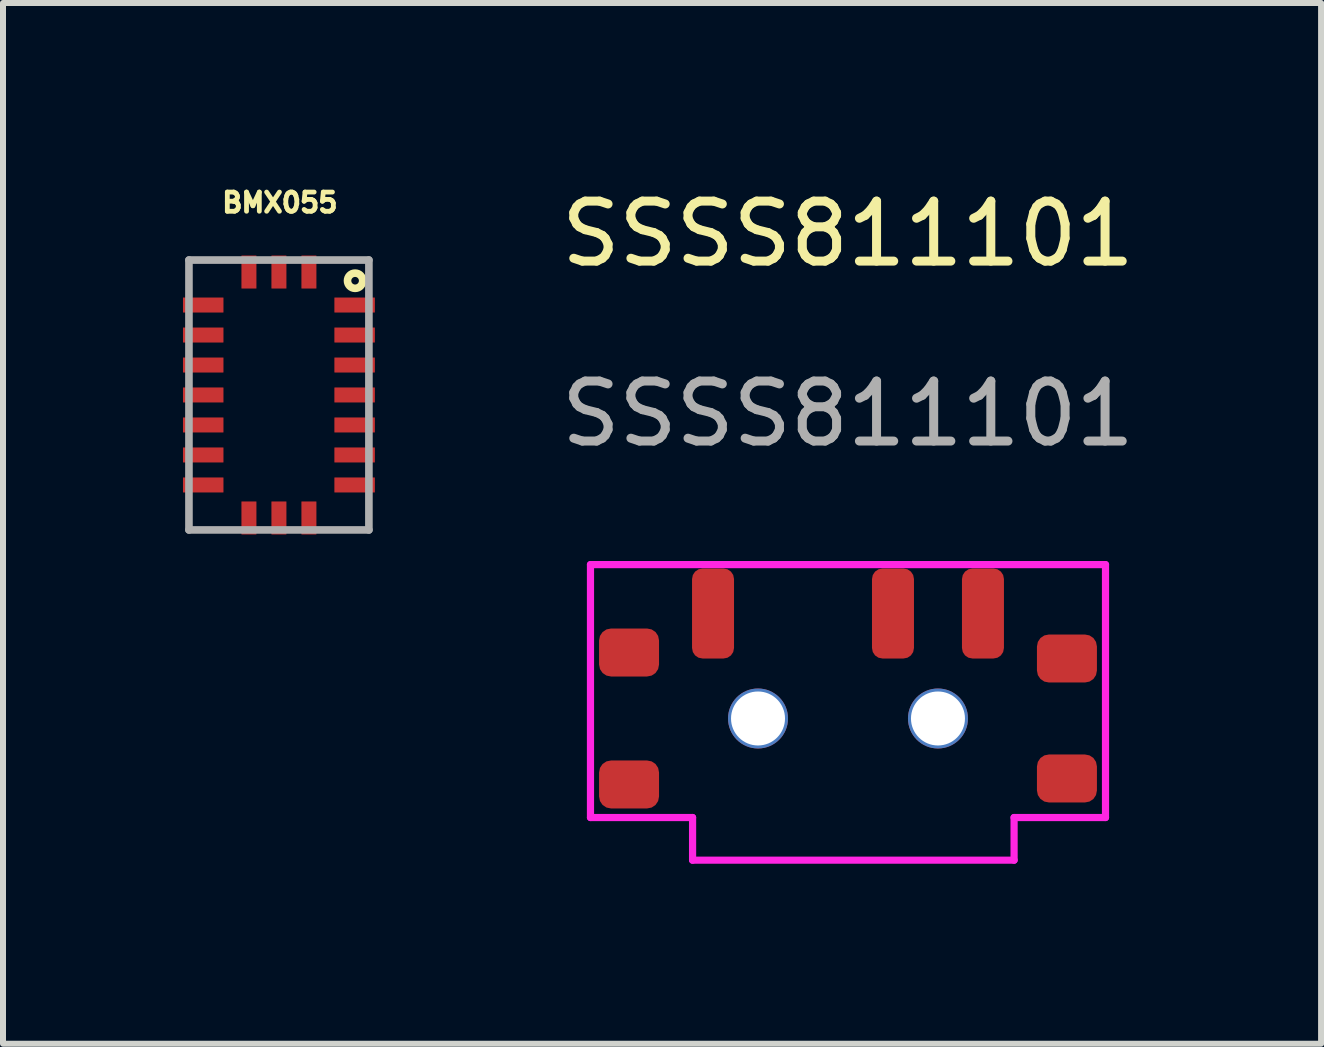
<source format=kicad_pcb>
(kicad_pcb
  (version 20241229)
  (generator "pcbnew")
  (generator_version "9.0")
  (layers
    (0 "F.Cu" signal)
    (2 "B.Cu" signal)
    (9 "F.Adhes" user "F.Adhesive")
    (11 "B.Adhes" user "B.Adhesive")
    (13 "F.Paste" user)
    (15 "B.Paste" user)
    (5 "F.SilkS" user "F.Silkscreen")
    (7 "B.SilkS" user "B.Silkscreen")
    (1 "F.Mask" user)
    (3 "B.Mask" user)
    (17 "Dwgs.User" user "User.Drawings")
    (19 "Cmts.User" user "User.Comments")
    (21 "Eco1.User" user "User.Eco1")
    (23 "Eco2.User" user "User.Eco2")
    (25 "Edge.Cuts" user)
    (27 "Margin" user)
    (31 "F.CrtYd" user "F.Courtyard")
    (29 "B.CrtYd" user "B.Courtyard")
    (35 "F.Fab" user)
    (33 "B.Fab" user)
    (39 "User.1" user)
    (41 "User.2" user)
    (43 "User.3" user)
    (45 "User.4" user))
  (footprint "BMX055"
    (layer "F.Cu")
    (at 1.6 3.535)
    (property "Reference" "BMX055" (at 0.016 -3.207 0) (layer "F.SilkS") (effects (font (size 0.32 0.32) (thickness 0.15))))
    (attr through_hole)
    (fp_circle (center 1.27 -1.905) (end 1.397 -1.905) (stroke (width 0.127) (type solid)) (fill no) (layer "F.SilkS"))
    (fp_line (start -1.5 -2.25) (end 1.5 -2.25) (stroke (width 0.127) (type solid)) (layer "F.Fab"))
    (fp_line (start -1.5 2.25) (end -1.5 -2.25) (stroke (width 0.127) (type solid)) (layer "F.Fab"))
    (fp_line (start 1.5 -2.25) (end 1.5 2.25) (stroke (width 0.127) (type solid)) (layer "F.Fab"))
    (fp_line (start 1.5 2.25) (end -1.5 2.25) (stroke (width 0.127) (type solid)) (layer "F.Fab"))
    (pad "1" smd roundrect (at 1.262 -1.5) (size 0.675 0.25) (layers "F.Cu" "F.Mask" "F.Paste") (roundrect_rratio 0.02))
    (pad "2" smd roundrect (at 1.262 -1) (size 0.675 0.25) (layers "F.Cu" "F.Mask" "F.Paste") (roundrect_rratio 0.02))
    (pad "3" smd roundrect (at 1.262 -0.5) (size 0.675 0.25) (layers "F.Cu" "F.Mask" "F.Paste") (roundrect_rratio 0.02))
    (pad "4" smd roundrect (at 1.262 0) (size 0.675 0.25) (layers "F.Cu" "F.Mask" "F.Paste") (roundrect_rratio 0.02))
    (pad "5" smd roundrect (at 1.262 0.5) (size 0.675 0.25) (layers "F.Cu" "F.Mask" "F.Paste") (roundrect_rratio 0.02))
    (pad "6" smd roundrect (at 1.262 1) (size 0.675 0.25) (layers "F.Cu" "F.Mask" "F.Paste") (roundrect_rratio 0.02))
    (pad "7" smd roundrect (at 1.262 1.5) (size 0.675 0.25) (layers "F.Cu" "F.Mask" "F.Paste") (roundrect_rratio 0.02))
    (pad "8" smd roundrect (at 0.5 2.05 90) (size 0.55 0.25) (layers "F.Cu" "F.Mask" "F.Paste") (roundrect_rratio 0.02))
    (pad "9" smd roundrect (at 0 2.05 90) (size 0.55 0.25) (layers "F.Cu" "F.Mask" "F.Paste") (roundrect_rratio 0.02))
    (pad "10" smd roundrect (at -0.5 2.05 90) (size 0.55 0.25) (layers "F.Cu" "F.Mask" "F.Paste") (roundrect_rratio 0.02))
    (pad "11" smd roundrect (at -1.262 1.5) (size 0.675 0.25) (layers "F.Cu" "F.Mask" "F.Paste") (roundrect_rratio 0.02))
    (pad "12" smd roundrect (at -1.262 1) (size 0.675 0.25) (layers "F.Cu" "F.Mask" "F.Paste") (roundrect_rratio 0.02))
    (pad "13" smd roundrect (at -1.262 0.5) (size 0.675 0.25) (layers "F.Cu" "F.Mask" "F.Paste") (roundrect_rratio 0.02))
    (pad "14" smd roundrect (at -1.262 0) (size 0.675 0.25) (layers "F.Cu" "F.Mask" "F.Paste") (roundrect_rratio 0.02))
    (pad "15" smd roundrect (at -1.262 -0.5) (size 0.675 0.25) (layers "F.Cu" "F.Mask" "F.Paste") (roundrect_rratio 0.02))
    (pad "16" smd roundrect (at -1.262 -1) (size 0.675 0.25) (layers "F.Cu" "F.Mask" "F.Paste") (roundrect_rratio 0.02))
    (pad "17" smd roundrect (at -1.262 -1.5) (size 0.675 0.25) (layers "F.Cu" "F.Mask" "F.Paste") (roundrect_rratio 0.02))
    (pad "18" smd roundrect (at -0.5 -2.05 90) (size 0.55 0.25) (layers "F.Cu" "F.Mask" "F.Paste") (roundrect_rratio 0.02))
    (pad "19" smd roundrect (at 0 -2.05 90) (size 0.55 0.25) (layers "F.Cu" "F.Mask" "F.Paste") (roundrect_rratio 0.02))
    (pad "20" smd roundrect (at 0.5 -2.05 90) (size 0.55 0.25) (layers "F.Cu" "F.Mask" "F.Paste") (roundrect_rratio 0.02)))
  (footprint "SSSS811101"
    (layer "F.Cu")
    (at 11.087 8.928)
    (property "Reference" "SSSS811101" (at 0 -8.08 0) (unlocked yes) (layer "F.SilkS") (effects (font (size 1 1) (thickness 0.15))))
    (attr smd)
    (fp_line (start -4.293 -2.565) (end -4.293 1.651) (stroke (width 0.12) (type solid)) (layer "F.CrtYd"))
    (fp_line (start -4.293 1.651) (end -2.591 1.651) (stroke (width 0.12) (type solid)) (layer "F.CrtYd"))
    (fp_line (start -2.591 1.651) (end -2.591 2.362) (stroke (width 0.12) (type solid)) (layer "F.CrtYd"))
    (fp_line (start -2.591 2.362) (end 2.769 2.362) (stroke (width 0.12) (type solid)) (layer "F.CrtYd"))
    (fp_line (start 2.769 1.651) (end 4.293 1.651) (stroke (width 0.12) (type solid)) (layer "F.CrtYd"))
    (fp_line (start 2.769 2.362) (end 2.769 1.651) (stroke (width 0.12) (type solid)) (layer "F.CrtYd"))
    (fp_line (start 4.293 -2.565) (end -4.293 -2.565) (stroke (width 0.12) (type solid)) (layer "F.CrtYd"))
    (fp_line (start 4.293 1.651) (end 4.293 -2.565) (stroke (width 0.12) (type solid)) (layer "F.CrtYd"))
    (fp_text user "${REFERENCE}" (at 0 -5.08 0) (unlocked yes) (layer "F.Fab") (effects (font (size 1 1) (thickness 0.15))))
    (pad "" smd roundrect (at -3.65 -1.1) (size 1 0.8) (layers "F.Cu" "F.Mask" "F.Paste") (roundrect_rratio 0.25))
    (pad "" smd roundrect (at -3.65 1.1) (size 1 0.8) (layers "F.Cu" "F.Mask" "F.Paste") (roundrect_rratio 0.25))
    (pad "" np_thru_hole circle (at -1.5 0) (size 1 1) (drill 0.9) (layers "*.Cu" "*.Mask"))
    (pad "" np_thru_hole circle (at 1.5 0) (size 1 1) (drill 0.9) (layers "*.Cu" "*.Mask"))
    (pad "" smd roundrect (at 3.65 -1) (size 1 0.8) (layers "F.Cu" "F.Mask" "F.Paste") (roundrect_rratio 0.25))
    (pad "" smd roundrect (at 3.65 1) (size 1 0.8) (layers "F.Cu" "F.Mask" "F.Paste") (roundrect_rratio 0.25))
    (pad "1" smd roundrect (at -2.25 -1.75) (size 0.7 1.5) (layers "F.Cu" "F.Mask" "F.Paste") (roundrect_rratio 0.25))
    (pad "2" smd roundrect (at 0.75 -1.75) (size 0.7 1.5) (layers "F.Cu" "F.Mask" "F.Paste") (roundrect_rratio 0.25))
    (pad "3" smd roundrect (at 2.25 -1.75) (size 0.7 1.5) (layers "F.Cu" "F.Mask" "F.Paste") (roundrect_rratio 0.25)))
  (gr_rect
    (start -3 -3)
    (end 18.974 14.35)
    (stroke (width 0.1) (type default))
    (fill no)
    (layer "Edge.Cuts")))
</source>
